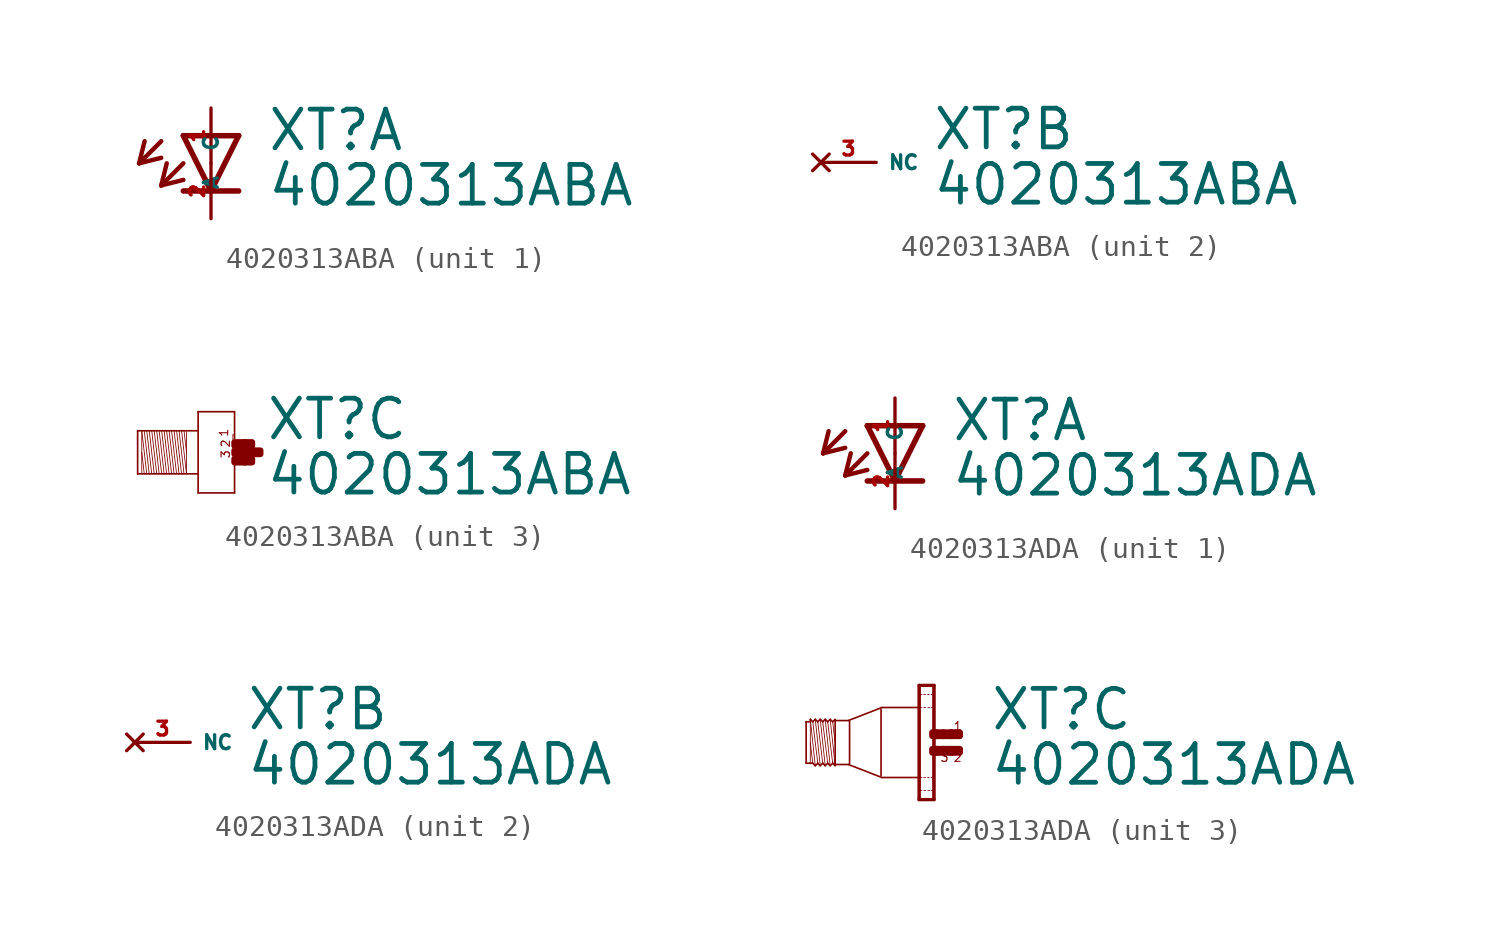
<source format=kicad_sym>
(kicad_symbol_lib
  (version 20220914)
  (generator Eagle2Kicad)
  (symbol "4020313ABA"
    (property "Reference" "XT"
      (at 2.54 0.483 0)
      (effects (font (size 1.778 1.778) (thickness 0.22)) (justify left bottom)))
    (property "Value" "4020313ABA"
      (at 2.54 -2.057 0)
      (effects (font (size 1.778 1.778) (thickness 0.22)) (justify left bottom)))
    (symbol "4020313ABA_1_0"
      (polyline (pts (xy -1.27 1.27) (xy 0 -1.27)) (stroke (width 0.254) (type default)) (fill (type none)))
      (polyline (pts (xy 0 -1.27) (xy 1.27 1.27)) (stroke (width 0.254) (type default)) (fill (type none)))
      (polyline (pts (xy 1.27 -1.27) (xy 0 -1.27)) (stroke (width 0.254) (type default)) (fill (type none)))
      (polyline (pts (xy 1.27 1.27) (xy -1.27 1.27)) (stroke (width 0.254) (type default)) (fill (type none)))
      (polyline (pts (xy 0 -1.27) (xy -1.27 -1.27)) (stroke (width 0.254) (type default)) (fill (type none)))
      (polyline (pts (xy -2.286 1.016) (xy -3.302 0)) (stroke (width 0.203) (type default)) (fill (type none)))
      (polyline (pts (xy -3.302 0) (xy -2.286 0.254)) (stroke (width 0.203) (type default)) (fill (type none)))
      (polyline (pts (xy -3.302 0) (xy -3.048 1.016)) (stroke (width 0.203) (type default)) (fill (type none)))
      (polyline (pts (xy -1.27 0) (xy -2.286 -1.016)) (stroke (width 0.203) (type default)) (fill (type none)))
      (polyline (pts (xy -2.286 -1.016) (xy -1.27 -0.762)) (stroke (width 0.203) (type default)) (fill (type none)))
      (polyline (pts (xy -2.286 -1.016) (xy -2.032 0)) (stroke (width 0.203) (type default)) (fill (type none)))
      (pin passive line (at 0 2.54 270) (length 2.54) (name "A" (effects (font (size 0.635 0.635) (thickness 0.08)) (justify left bottom))) (number "1" (effects (font (size 0.635 0.635) (thickness 0.08)) (justify left bottom))))
      (pin passive line (at 0 -2.54 90) (length 2.54) (name "C" (effects (font (size 0.635 0.635) (thickness 0.08)) (justify left bottom))) (number "2" (effects (font (size 0.635 0.635) (thickness 0.08)) (justify left bottom)))))
    (symbol "4020313ABA_2_0"
      (pin no_connect line (at -2.54 0 0) (length 2.54) (name "NC" (effects (font (size 0.635 0.635) (thickness 0.08)) (justify left bottom) hide)) (number "3" (effects (font (size 0.635 0.635) (thickness 0.08)) (justify left bottom) hide))))
    (symbol "4020313ABA_3_0"
      (polyline (pts (xy -1.067 0.953) (xy -1.067 0)) (stroke (width 0.038) (type default)) (fill (type none)))
      (polyline (pts (xy -1.067 0) (xy -1.067 -0.991)) (stroke (width 0.038) (type default)) (fill (type none)))
      (polyline (pts (xy -1.067 -0.991) (xy -1.295 0.991)) (stroke (width 0.038) (type default)) (fill (type none)))
      (polyline (pts (xy -1.181 0.991) (xy -1.067 0)) (stroke (width 0.038) (type default)) (fill (type none)))
      (polyline (pts (xy -1.181 -0.991) (xy -1.41 0.991)) (stroke (width 0.038) (type default)) (fill (type none)))
      (polyline (pts (xy -1.295 -0.991) (xy -1.524 0.991)) (stroke (width 0.038) (type default)) (fill (type none)))
      (polyline (pts (xy -1.41 -0.991) (xy -1.638 0.991)) (stroke (width 0.038) (type default)) (fill (type none)))
      (polyline (pts (xy -1.524 -0.991) (xy -1.753 0.991)) (stroke (width 0.038) (type default)) (fill (type none)))
      (polyline (pts (xy -1.638 -0.991) (xy -1.867 0.991)) (stroke (width 0.038) (type default)) (fill (type none)))
      (polyline (pts (xy -1.753 -0.991) (xy -1.981 0.991)) (stroke (width 0.038) (type default)) (fill (type none)))
      (polyline (pts (xy -1.867 -0.991) (xy -2.095 0.991)) (stroke (width 0.038) (type default)) (fill (type none)))
      (polyline (pts (xy -1.981 -0.991) (xy -2.21 0.991)) (stroke (width 0.038) (type default)) (fill (type none)))
      (polyline (pts (xy -2.095 -0.991) (xy -2.324 0.991)) (stroke (width 0.038) (type default)) (fill (type none)))
      (polyline (pts (xy -2.21 -0.991) (xy -2.438 0.991)) (stroke (width 0.038) (type default)) (fill (type none)))
      (polyline (pts (xy -2.324 -0.991) (xy -2.553 0.991)) (stroke (width 0.038) (type default)) (fill (type none)))
      (polyline (pts (xy -2.438 -0.991) (xy -2.667 0.991)) (stroke (width 0.038) (type default)) (fill (type none)))
      (polyline (pts (xy -2.553 -0.991) (xy -2.781 0.991)) (stroke (width 0.038) (type default)) (fill (type none)))
      (polyline (pts (xy -2.667 -0.991) (xy -2.896 0.991)) (stroke (width 0.038) (type default)) (fill (type none)))
      (polyline (pts (xy -2.781 -0.991) (xy -3.01 0.991)) (stroke (width 0.038) (type default)) (fill (type none)))
      (polyline (pts (xy -2.896 -0.991) (xy -3.124 0.991)) (stroke (width 0.038) (type default)) (fill (type none)))
      (polyline (pts (xy -3.124 0) (xy -3.01 -0.991)) (stroke (width 0.038) (type default)) (fill (type none)))
      (polyline (pts (xy -3.124 0.953) (xy -3.124 -0.953)) (stroke (width 0.038) (type default)) (fill (type none)))
      (polyline (pts (xy -3.315 -0.991) (xy -3.315 0.991)) (stroke (width 0.076) (type default)) (fill (type none)))
      (polyline (pts (xy -3.315 0.991) (xy -0.533 0.991)) (stroke (width 0.076) (type default)) (fill (type none)))
      (polyline (pts (xy -0.533 -0.991) (xy -3.315 -0.991)) (stroke (width 0.076) (type default)) (fill (type none)))
      (polyline (pts (xy -0.533 1.867) (xy -0.533 -1.867)) (stroke (width 0.076) (type default)) (fill (type none)))
      (polyline (pts (xy -0.533 -1.867) (xy 1.143 -1.867)) (stroke (width 0.076) (type default)) (fill (type none)))
      (polyline (pts (xy 1.143 -1.867) (xy 1.143 1.867)) (stroke (width 0.076) (type default)) (fill (type none)))
      (polyline (pts (xy 1.143 1.867) (xy -0.533 1.867)) (stroke (width 0.076) (type default)) (fill (type none)))
      (polyline (pts (xy 1.067 0.8) (xy 1.105 0.8)) (stroke (width 0.038) (type default)) (fill (type none)))
      (polyline (pts (xy 1.105 0.495) (xy 1.067 0.495)) (stroke (width 0.038) (type default)) (fill (type none)))
      (polyline (pts (xy 1.067 0.495) (xy 1.067 0.8)) (stroke (width 0.038) (type default)) (fill (type none)))
      (text "1" (at 0.876 0.686 1800) (effects (font (size 0.381 0.381) (thickness 0.05)) (justify left bottom)))
      (text "2" (at 0.953 0.191 1800) (effects (font (size 0.381 0.381) (thickness 0.05)) (justify left bottom)))
      (text "3" (at 0.953 -0.305 1800) (effects (font (size 0.381 0.381) (thickness 0.05)) (justify left bottom)))
      (rectangle (start 1.143 -0.457) (end 1.638 -0.305) (stroke (width 0.3) (type default)) (fill (type outline)))
      (rectangle (start 1.143 -0.076) (end 2.019 0.076) (stroke (width 0.3) (type default)) (fill (type outline)))
      (rectangle (start 1.6 -0.457) (end 1.943 -0.305) (stroke (width 0.3) (type default)) (fill (type outline)))
      (rectangle (start 1.981 -0.076) (end 2.324 0.076) (stroke (width 0.3) (type default)) (fill (type outline)))
      (rectangle (start 1.6 0.305) (end 1.943 0.457) (stroke (width 0.3) (type default)) (fill (type outline)))
      (rectangle (start 1.143 0.305) (end 1.638 0.457) (stroke (width 0.3) (type default)) (fill (type outline)))))
  (symbol "4020313ADA"
    (property "Reference" "XT"
      (at 2.54 0.483 0)
      (effects (font (size 1.778 1.778) (thickness 0.22)) (justify left bottom)))
    (property "Value" "4020313ADA"
      (at 2.54 -2.057 0)
      (effects (font (size 1.778 1.778) (thickness 0.22)) (justify left bottom)))
    (symbol "4020313ADA_1_0"
      (polyline (pts (xy -1.27 1.27) (xy 0 -1.27)) (stroke (width 0.254) (type default)) (fill (type none)))
      (polyline (pts (xy 0 -1.27) (xy 1.27 1.27)) (stroke (width 0.254) (type default)) (fill (type none)))
      (polyline (pts (xy 1.27 -1.27) (xy 0 -1.27)) (stroke (width 0.254) (type default)) (fill (type none)))
      (polyline (pts (xy 1.27 1.27) (xy -1.27 1.27)) (stroke (width 0.254) (type default)) (fill (type none)))
      (polyline (pts (xy 0 -1.27) (xy -1.27 -1.27)) (stroke (width 0.254) (type default)) (fill (type none)))
      (polyline (pts (xy -2.286 1.016) (xy -3.302 0)) (stroke (width 0.203) (type default)) (fill (type none)))
      (polyline (pts (xy -3.302 0) (xy -2.286 0.254)) (stroke (width 0.203) (type default)) (fill (type none)))
      (polyline (pts (xy -3.302 0) (xy -3.048 1.016)) (stroke (width 0.203) (type default)) (fill (type none)))
      (polyline (pts (xy -1.27 0) (xy -2.286 -1.016)) (stroke (width 0.203) (type default)) (fill (type none)))
      (polyline (pts (xy -2.286 -1.016) (xy -1.27 -0.762)) (stroke (width 0.203) (type default)) (fill (type none)))
      (polyline (pts (xy -2.286 -1.016) (xy -2.032 0)) (stroke (width 0.203) (type default)) (fill (type none)))
      (pin passive line (at 0 2.54 270) (length 2.54) (name "A" (effects (font (size 0.635 0.635) (thickness 0.08)) (justify left bottom))) (number "1" (effects (font (size 0.635 0.635) (thickness 0.08)) (justify left bottom))))
      (pin passive line (at 0 -2.54 90) (length 2.54) (name "C" (effects (font (size 0.635 0.635) (thickness 0.08)) (justify left bottom))) (number "2" (effects (font (size 0.635 0.635) (thickness 0.08)) (justify left bottom)))))
    (symbol "4020313ADA_2_0"
      (pin no_connect line (at -2.54 0 0) (length 2.54) (name "NC" (effects (font (size 0.635 0.635) (thickness 0.08)) (justify left bottom) hide)) (number "3" (effects (font (size 0.635 0.635) (thickness 0.08)) (justify left bottom) hide))))
    (symbol "4020313ADA_3_0"
      (polyline (pts (xy -4.548 -1.067) (xy -4.777 1.067)) (stroke (width 0.038) (type default)) (fill (type none)))
      (polyline (pts (xy -4.662 0.953) (xy -4.548 0)) (stroke (width 0.038) (type default)) (fill (type none)))
      (polyline (pts (xy -4.662 -0.953) (xy -4.891 0.953)) (stroke (width 0.038) (type default)) (fill (type none)))
      (polyline (pts (xy -4.777 -1.067) (xy -5.005 1.067)) (stroke (width 0.038) (type default)) (fill (type none)))
      (polyline (pts (xy -4.891 -0.953) (xy -5.12 0.953)) (stroke (width 0.038) (type default)) (fill (type none)))
      (polyline (pts (xy -5.005 -1.067) (xy -5.234 1.067)) (stroke (width 0.038) (type default)) (fill (type none)))
      (polyline (pts (xy -5.12 -0.953) (xy -5.348 0.953)) (stroke (width 0.038) (type default)) (fill (type none)))
      (polyline (pts (xy -5.234 -1.067) (xy -5.463 1.067)) (stroke (width 0.038) (type default)) (fill (type none)))
      (polyline (pts (xy -5.348 -0.953) (xy -5.577 0.953)) (stroke (width 0.038) (type default)) (fill (type none)))
      (polyline (pts (xy -5.463 -1.067) (xy -5.691 1.067)) (stroke (width 0.038) (type default)) (fill (type none)))
      (polyline (pts (xy -5.691 0) (xy -5.577 -0.953)) (stroke (width 0.038) (type default)) (fill (type none)))
      (polyline (pts (xy -5.691 1.029) (xy -5.691 0.953)) (stroke (width 0.038) (type default)) (fill (type none)))
      (polyline (pts (xy -5.691 0.953) (xy -5.691 -0.953)) (stroke (width 0.038) (type default)) (fill (type none)))
      (polyline (pts (xy -5.882 -0.953) (xy -5.882 0.953)) (stroke (width 0.076) (type default)) (fill (type none)))
      (polyline (pts (xy -5.882 0.953) (xy -5.691 0.953)) (stroke (width 0.076) (type default)) (fill (type none)))
      (polyline (pts (xy -5.691 0.953) (xy -5.691 1.067)) (stroke (width 0.076) (type default)) (fill (type none)))
      (polyline (pts (xy -5.691 1.067) (xy -5.577 0.953)) (stroke (width 0.076) (type default)) (fill (type none)))
      (polyline (pts (xy -5.577 0.953) (xy -5.463 1.067)) (stroke (width 0.076) (type default)) (fill (type none)))
      (polyline (pts (xy -5.463 1.067) (xy -5.348 0.953)) (stroke (width 0.076) (type default)) (fill (type none)))
      (polyline (pts (xy -5.348 0.953) (xy -5.234 1.067)) (stroke (width 0.076) (type default)) (fill (type none)))
      (polyline (pts (xy -5.234 1.067) (xy -5.12 0.953)) (stroke (width 0.076) (type default)) (fill (type none)))
      (polyline (pts (xy -5.12 0.953) (xy -5.005 1.067)) (stroke (width 0.076) (type default)) (fill (type none)))
      (polyline (pts (xy -4.777 1.067) (xy -4.662 0.953)) (stroke (width 0.076) (type default)) (fill (type none)))
      (polyline (pts (xy -4.662 0.953) (xy -4.548 1.067)) (stroke (width 0.076) (type default)) (fill (type none)))
      (polyline (pts (xy -4.548 -1.067) (xy -4.662 -0.953)) (stroke (width 0.076) (type default)) (fill (type none)))
      (polyline (pts (xy -4.662 -0.953) (xy -4.777 -1.067)) (stroke (width 0.076) (type default)) (fill (type none)))
      (polyline (pts (xy -4.777 -1.067) (xy -4.891 -0.953)) (stroke (width 0.076) (type default)) (fill (type none)))
      (polyline (pts (xy -4.891 -0.953) (xy -5.005 -1.067)) (stroke (width 0.076) (type default)) (fill (type none)))
      (polyline (pts (xy -5.005 -1.067) (xy -5.12 -0.953)) (stroke (width 0.076) (type default)) (fill (type none)))
      (polyline (pts (xy -5.12 -0.953) (xy -5.234 -1.067)) (stroke (width 0.076) (type default)) (fill (type none)))
      (polyline (pts (xy -5.234 -1.067) (xy -5.348 -0.953)) (stroke (width 0.076) (type default)) (fill (type none)))
      (polyline (pts (xy -5.348 -0.953) (xy -5.463 -1.067)) (stroke (width 0.076) (type default)) (fill (type none)))
      (polyline (pts (xy -5.463 -1.067) (xy -5.577 -0.953)) (stroke (width 0.076) (type default)) (fill (type none)))
      (polyline (pts (xy -5.577 -0.953) (xy -5.691 -0.953)) (stroke (width 0.076) (type default)) (fill (type none)))
      (polyline (pts (xy -5.691 -0.953) (xy -5.882 -0.953)) (stroke (width 0.076) (type default)) (fill (type none)))
      (polyline (pts (xy -4.548 1.029) (xy -4.548 1.01)) (stroke (width 0.076) (type default)) (fill (type none)))
      (polyline (pts (xy -4.548 1.01) (xy -4.548 -1.01)) (stroke (width 0.076) (type default)) (fill (type none)))
      (polyline (pts (xy -4.548 -1.01) (xy -4.548 -1.029)) (stroke (width 0.076) (type default)) (fill (type none)))
      (polyline (pts (xy -0.038 2.594) (xy -0.038 -2.594)) (stroke (width 0.076) (type default)) (fill (type none)))
      (polyline (pts (xy -0.038 -2.594) (xy -0.655 -2.594)) (stroke (width 0.076) (type default)) (fill (type none)))
      (polyline (pts (xy -0.655 -2.594) (xy -0.655 2.594)) (stroke (width 0.076) (type default)) (fill (type none)))
      (polyline (pts (xy -0.655 2.594) (xy -0.038 2.594)) (stroke (width 0.076) (type default)) (fill (type none)))
      (polyline (pts (xy -0.699 1.61) (xy -2.4 1.61)) (stroke (width 0.076) (type default)) (fill (type none)))
      (polyline (pts (xy -2.4 1.61) (xy -3.938 1.012)) (stroke (width 0.076) (type default)) (fill (type none)))
      (polyline (pts (xy -0.669 -1.61) (xy -2.4 -1.61)) (stroke (width 0.076) (type default)) (fill (type none)))
      (polyline (pts (xy -2.4 -1.61) (xy -3.938 -1.012)) (stroke (width 0.076) (type default)) (fill (type none)))
      (polyline (pts (xy -3.938 -1.01) (xy -4.548 -1.01)) (stroke (width 0.076) (type default)) (fill (type none)))
      (polyline (pts (xy -4.548 1.01) (xy -3.938 1.01)) (stroke (width 0.076) (type default)) (fill (type none)))
      (polyline (pts (xy -4.777 1.067) (xy -4.891 0.953)) (stroke (width 0.076) (type default)) (fill (type none)))
      (polyline (pts (xy -4.891 0.953) (xy -5.005 1.067)) (stroke (width 0.076) (type default)) (fill (type none)))
      (polyline (pts (xy 0 -2.625) (xy -0.69 -2.625)) (stroke (width 0) (type default)) (fill (type none)))
      (polyline (pts (xy 0 -2.625) (xy 0 2.625)) (stroke (width 0) (type default)) (fill (type none)))
      (polyline (pts (xy 0 2.625) (xy -0.69 2.625)) (stroke (width 0) (type default)) (fill (type none)))
      (polyline (pts (xy -0.69 2.625) (xy -0.69 -2.625)) (stroke (width 0) (type default)) (fill (type none)))
      (polyline (pts (xy -0.039 -1.605) (xy -0.135 -1.605)) (stroke (width 0.038) (type default)) (fill (type none)))
      (polyline (pts (xy -0.225 -1.605) (xy -0.3 -1.605)) (stroke (width 0.038) (type default)) (fill (type none)))
      (polyline (pts (xy -0.39 -1.605) (xy -0.465 -1.605)) (stroke (width 0.038) (type default)) (fill (type none)))
      (polyline (pts (xy -0.555 -1.605) (xy -0.633 -1.605)) (stroke (width 0.038) (type default)) (fill (type none)))
      (polyline (pts (xy -0.039 -2.205) (xy -0.12 -2.205)) (stroke (width 0.038) (type default)) (fill (type none)))
      (polyline (pts (xy -0.21 -2.205) (xy -0.285 -2.205)) (stroke (width 0.038) (type default)) (fill (type none)))
      (polyline (pts (xy -0.39 -2.205) (xy -0.465 -2.205)) (stroke (width 0.038) (type default)) (fill (type none)))
      (polyline (pts (xy -0.555 -2.205) (xy -0.633 -2.205)) (stroke (width 0.038) (type default)) (fill (type none)))
      (polyline (pts (xy -0.039 2.205) (xy -0.135 2.205)) (stroke (width 0.038) (type default)) (fill (type none)))
      (polyline (pts (xy -0.225 2.205) (xy -0.3 2.205)) (stroke (width 0.038) (type default)) (fill (type none)))
      (polyline (pts (xy -0.39 2.205) (xy -0.465 2.205)) (stroke (width 0.038) (type default)) (fill (type none)))
      (polyline (pts (xy -0.555 2.205) (xy -0.633 2.205)) (stroke (width 0.038) (type default)) (fill (type none)))
      (polyline (pts (xy -0.039 1.605) (xy -0.12 1.605)) (stroke (width 0.038) (type default)) (fill (type none)))
      (polyline (pts (xy -0.21 1.605) (xy -0.285 1.605)) (stroke (width 0.038) (type default)) (fill (type none)))
      (polyline (pts (xy -0.39 1.605) (xy -0.465 1.605)) (stroke (width 0.038) (type default)) (fill (type none)))
      (polyline (pts (xy -0.555 1.605) (xy -0.633 1.605)) (stroke (width 0.038) (type default)) (fill (type none)))
      (polyline (pts (xy -3.886 0.991) (xy -3.886 -0.991)) (stroke (width 0.076) (type default)) (fill (type none)))
      (polyline (pts (xy -2.438 1.524) (xy -2.438 -1.524)) (stroke (width 0.076) (type default)) (fill (type none)))
      (text "1" (at 0.876 0.533 0) (effects (font (size 0.381 0.381) (thickness 0.05)) (justify left bottom)))
      (text "3" (at 0.267 -0.914 0) (effects (font (size 0.381 0.381) (thickness 0.05)) (justify left bottom)))
      (text "2" (at 0.876 -0.914 0) (effects (font (size 0.381 0.381) (thickness 0.05)) (justify left bottom)))
      (rectangle (start 0.838 -0.457) (end 1.181 -0.305) (stroke (width 0.3) (type default)) (fill (type outline)))
      (rectangle (start 0.419 -0.457) (end 0.762 -0.305) (stroke (width 0.3) (type default)) (fill (type outline)))
      (rectangle (start 0.076 -0.457) (end 0.419 -0.305) (stroke (width 0.3) (type default)) (fill (type outline)))
      (rectangle (start -0.076 -0.457) (end 0.152 -0.305) (stroke (width 0.3) (type default)) (fill (type outline)))
      (rectangle (start 0.762 -0.457) (end 0.838 -0.305) (stroke (width 0.3) (type default)) (fill (type outline)))
      (rectangle (start 0.838 0.305) (end 1.181 0.457) (stroke (width 0.3) (type default)) (fill (type outline)))
      (rectangle (start 0.762 0.305) (end 0.838 0.457) (stroke (width 0.3) (type default)) (fill (type outline)))
      (rectangle (start 0.419 0.305) (end 0.762 0.457) (stroke (width 0.3) (type default)) (fill (type outline)))
      (rectangle (start 0.076 0.305) (end 0.419 0.457) (stroke (width 0.3) (type default)) (fill (type outline)))
      (rectangle (start -0.076 0.305) (end 0.152 0.457) (stroke (width 0.3) (type default)) (fill (type outline))))))
</source>
